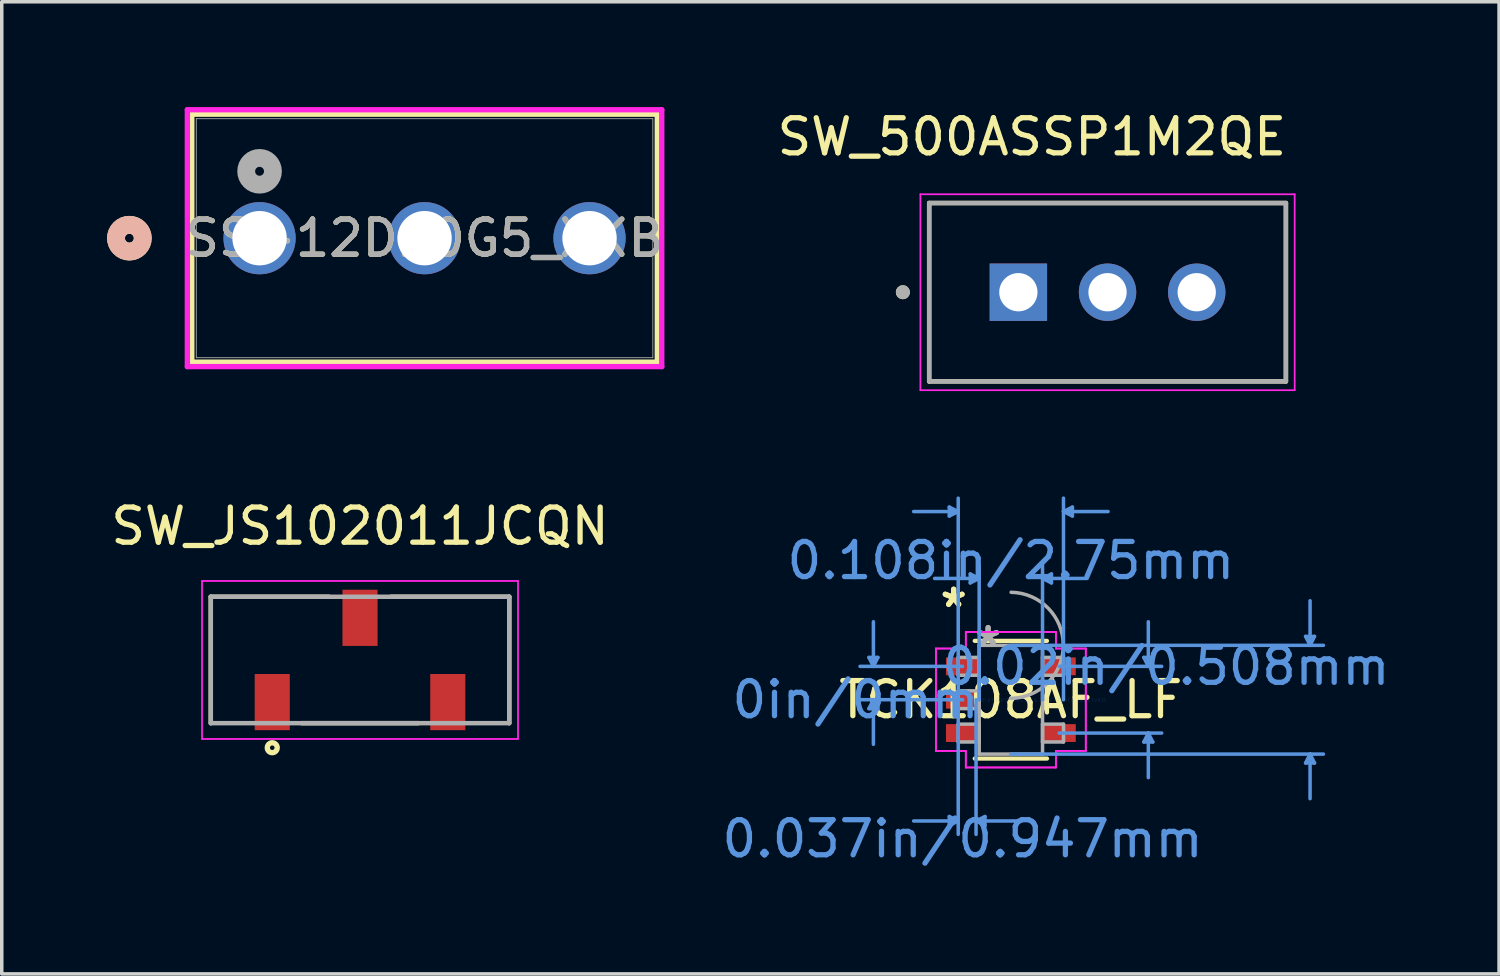
<source format=kicad_pcb>
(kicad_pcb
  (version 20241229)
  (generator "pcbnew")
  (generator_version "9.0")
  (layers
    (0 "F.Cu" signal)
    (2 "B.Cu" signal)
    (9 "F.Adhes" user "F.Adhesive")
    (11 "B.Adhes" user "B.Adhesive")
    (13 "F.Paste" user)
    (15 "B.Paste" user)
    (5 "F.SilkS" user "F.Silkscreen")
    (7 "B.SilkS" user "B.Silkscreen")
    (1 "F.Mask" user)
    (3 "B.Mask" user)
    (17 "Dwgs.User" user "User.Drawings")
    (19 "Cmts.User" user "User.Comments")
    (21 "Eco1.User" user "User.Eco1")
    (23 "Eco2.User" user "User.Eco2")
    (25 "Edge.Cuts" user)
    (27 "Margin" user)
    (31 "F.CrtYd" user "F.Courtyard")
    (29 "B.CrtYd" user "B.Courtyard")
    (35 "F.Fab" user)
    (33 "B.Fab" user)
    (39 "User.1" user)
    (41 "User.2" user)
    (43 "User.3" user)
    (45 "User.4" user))
  (footprint "TCK108AF_LF"
    (layer "F.Cu")
    (at 25.741 16.879)
    (property "Reference" "TCK108AF_LF" (at 0 0 0) (layer "F.SilkS") (effects (font (size 1 1) (thickness 0.15))))
    (attr through_hole)
    (fp_line (start -1.029 1.676) (end 1.029 1.676) (stroke (width 0.12) (type solid)) (layer "F.SilkS"))
    (fp_line (start 1.029 -1.676) (end -1.029 -1.676) (stroke (width 0.12) (type solid)) (layer "F.SilkS"))
    (fp_line (start 1.029 0.363) (end 1.029 -0.363) (stroke (width 0.12) (type solid)) (layer "F.SilkS"))
    (fp_line (start -4.042 -1.204) (end -3.788 -1.204) (stroke (width 0.1) (type solid)) (layer "Cmts.User"))
    (fp_line (start -4.042 0.254) (end -3.788 0.254) (stroke (width 0.1) (type solid)) (layer "Cmts.User"))
    (fp_line (start -3.915 -0.95) (end -4.042 -1.204) (stroke (width 0.1) (type solid)) (layer "Cmts.User"))
    (fp_line (start -3.915 -0.95) (end -3.915 -2.22) (stroke (width 0.1) (type solid)) (layer "Cmts.User"))
    (fp_line (start -3.915 -0.95) (end -3.788 -1.204) (stroke (width 0.1) (type solid)) (layer "Cmts.User"))
    (fp_line (start -3.915 0) (end -4.042 0.254) (stroke (width 0.1) (type solid)) (layer "Cmts.User"))
    (fp_line (start -3.915 0) (end -3.915 1.27) (stroke (width 0.1) (type solid)) (layer "Cmts.User"))
    (fp_line (start -3.915 0) (end -3.788 0.254) (stroke (width 0.1) (type solid)) (layer "Cmts.User"))
    (fp_line (start -1.753 -5.486) (end -1.753 -5.232) (stroke (width 0.1) (type solid)) (layer "Cmts.User"))
    (fp_line (start -1.753 3.327) (end -1.753 3.581) (stroke (width 0.1) (type solid)) (layer "Cmts.User"))
    (fp_line (start -1.499 -5.359) (end -2.769 -5.359) (stroke (width 0.1) (type solid)) (layer "Cmts.User"))
    (fp_line (start -1.499 -5.359) (end -1.753 -5.486) (stroke (width 0.1) (type solid)) (layer "Cmts.User"))
    (fp_line (start -1.499 -5.359) (end -1.753 -5.232) (stroke (width 0.1) (type solid)) (layer "Cmts.User"))
    (fp_line (start -1.499 0) (end -1.499 -5.74) (stroke (width 0.1) (type solid)) (layer "Cmts.User"))
    (fp_line (start -1.499 0) (end -1.499 3.835) (stroke (width 0.1) (type solid)) (layer "Cmts.User"))
    (fp_line (start -1.499 3.454) (end -2.769 3.454) (stroke (width 0.1) (type solid)) (layer "Cmts.User"))
    (fp_line (start -1.499 3.454) (end -1.753 3.327) (stroke (width 0.1) (type solid)) (layer "Cmts.User"))
    (fp_line (start -1.499 3.454) (end -1.753 3.581) (stroke (width 0.1) (type solid)) (layer "Cmts.User"))
    (fp_line (start -1.375 -0.95) (end -4.296 -0.95) (stroke (width 0.1) (type solid)) (layer "Cmts.User"))
    (fp_line (start -1.375 0) (end -4.296 0) (stroke (width 0.1) (type solid)) (layer "Cmts.User"))
    (fp_line (start -1.156 -3.581) (end -1.156 -3.327) (stroke (width 0.1) (type solid)) (layer "Cmts.User"))
    (fp_line (start -0.991 0) (end -0.991 3.835) (stroke (width 0.1) (type solid)) (layer "Cmts.User"))
    (fp_line (start -0.991 3.454) (end -0.737 3.327) (stroke (width 0.1) (type solid)) (layer "Cmts.User"))
    (fp_line (start -0.991 3.454) (end -0.737 3.581) (stroke (width 0.1) (type solid)) (layer "Cmts.User"))
    (fp_line (start -0.991 3.454) (end 0.279 3.454) (stroke (width 0.1) (type solid)) (layer "Cmts.User"))
    (fp_line (start -0.902 -3.454) (end -2.172 -3.454) (stroke (width 0.1) (type solid)) (layer "Cmts.User"))
    (fp_line (start -0.902 -3.454) (end -1.156 -3.581) (stroke (width 0.1) (type solid)) (layer "Cmts.User"))
    (fp_line (start -0.902 -3.454) (end -1.156 -3.327) (stroke (width 0.1) (type solid)) (layer "Cmts.User"))
    (fp_line (start -0.902 0) (end -0.902 -3.835) (stroke (width 0.1) (type solid)) (layer "Cmts.User"))
    (fp_line (start -0.737 3.327) (end -0.737 3.581) (stroke (width 0.1) (type solid)) (layer "Cmts.User"))
    (fp_line (start 0 -1.549) (end 8.903 -1.549) (stroke (width 0.1) (type solid)) (layer "Cmts.User"))
    (fp_line (start 0 1.549) (end 8.903 1.549) (stroke (width 0.1) (type solid)) (layer "Cmts.User"))
    (fp_line (start 0.902 -3.454) (end 1.156 -3.581) (stroke (width 0.1) (type solid)) (layer "Cmts.User"))
    (fp_line (start 0.902 -3.454) (end 1.156 -3.327) (stroke (width 0.1) (type solid)) (layer "Cmts.User"))
    (fp_line (start 0.902 -3.454) (end 2.172 -3.454) (stroke (width 0.1) (type solid)) (layer "Cmts.User"))
    (fp_line (start 0.902 0) (end 0.902 -3.835) (stroke (width 0.1) (type solid)) (layer "Cmts.User"))
    (fp_line (start 1.156 -3.581) (end 1.156 -3.327) (stroke (width 0.1) (type solid)) (layer "Cmts.User"))
    (fp_line (start 1.375 -0.95) (end 4.296 -0.95) (stroke (width 0.1) (type solid)) (layer "Cmts.User"))
    (fp_line (start 1.375 0.95) (end 4.296 0.95) (stroke (width 0.1) (type solid)) (layer "Cmts.User"))
    (fp_line (start 1.499 -5.359) (end 1.753 -5.486) (stroke (width 0.1) (type solid)) (layer "Cmts.User"))
    (fp_line (start 1.499 -5.359) (end 1.753 -5.232) (stroke (width 0.1) (type solid)) (layer "Cmts.User"))
    (fp_line (start 1.499 -5.359) (end 2.769 -5.359) (stroke (width 0.1) (type solid)) (layer "Cmts.User"))
    (fp_line (start 1.499 0) (end 1.499 -5.74) (stroke (width 0.1) (type solid)) (layer "Cmts.User"))
    (fp_line (start 1.753 -5.486) (end 1.753 -5.232) (stroke (width 0.1) (type solid)) (layer "Cmts.User"))
    (fp_line (start 3.788 -1.204) (end 4.042 -1.204) (stroke (width 0.1) (type solid)) (layer "Cmts.User"))
    (fp_line (start 3.788 1.204) (end 4.042 1.204) (stroke (width 0.1) (type solid)) (layer "Cmts.User"))
    (fp_line (start 3.915 -0.95) (end 3.788 -1.204) (stroke (width 0.1) (type solid)) (layer "Cmts.User"))
    (fp_line (start 3.915 -0.95) (end 3.915 -2.22) (stroke (width 0.1) (type solid)) (layer "Cmts.User"))
    (fp_line (start 3.915 -0.95) (end 4.042 -1.204) (stroke (width 0.1) (type solid)) (layer "Cmts.User"))
    (fp_line (start 3.915 0.95) (end 3.788 1.204) (stroke (width 0.1) (type solid)) (layer "Cmts.User"))
    (fp_line (start 3.915 0.95) (end 3.915 2.22) (stroke (width 0.1) (type solid)) (layer "Cmts.User"))
    (fp_line (start 3.915 0.95) (end 4.042 1.204) (stroke (width 0.1) (type solid)) (layer "Cmts.User"))
    (fp_line (start 8.395 -1.803) (end 8.649 -1.803) (stroke (width 0.1) (type solid)) (layer "Cmts.User"))
    (fp_line (start 8.395 1.803) (end 8.649 1.803) (stroke (width 0.1) (type solid)) (layer "Cmts.User"))
    (fp_line (start 8.522 -1.549) (end 8.395 -1.803) (stroke (width 0.1) (type solid)) (layer "Cmts.User"))
    (fp_line (start 8.522 -1.549) (end 8.522 -2.819) (stroke (width 0.1) (type solid)) (layer "Cmts.User"))
    (fp_line (start 8.522 -1.549) (end 8.649 -1.803) (stroke (width 0.1) (type solid)) (layer "Cmts.User"))
    (fp_line (start 8.522 1.549) (end 8.395 1.803) (stroke (width 0.1) (type solid)) (layer "Cmts.User"))
    (fp_line (start 8.522 1.549) (end 8.522 2.819) (stroke (width 0.1) (type solid)) (layer "Cmts.User"))
    (fp_line (start 8.522 1.549) (end 8.649 1.803) (stroke (width 0.1) (type solid)) (layer "Cmts.User"))
    (fp_line (start -2.134 -1.458) (end -1.283 -1.458) (stroke (width 0.05) (type solid)) (layer "F.CrtYd"))
    (fp_line (start -2.134 -1.458) (end -1.283 -1.458) (stroke (width 0.05) (type solid)) (layer "F.CrtYd"))
    (fp_line (start -2.134 1.458) (end -2.134 -1.458) (stroke (width 0.05) (type solid)) (layer "F.CrtYd"))
    (fp_line (start -2.134 1.458) (end -2.134 -1.458) (stroke (width 0.05) (type solid)) (layer "F.CrtYd"))
    (fp_line (start -1.283 -1.93) (end 1.283 -1.93) (stroke (width 0.05) (type solid)) (layer "F.CrtYd"))
    (fp_line (start -1.283 -1.93) (end 1.283 -1.93) (stroke (width 0.05) (type solid)) (layer "F.CrtYd"))
    (fp_line (start -1.283 -1.458) (end -1.283 -1.93) (stroke (width 0.05) (type solid)) (layer "F.CrtYd"))
    (fp_line (start -1.283 -1.458) (end -1.283 -1.93) (stroke (width 0.05) (type solid)) (layer "F.CrtYd"))
    (fp_line (start -1.283 1.458) (end -2.134 1.458) (stroke (width 0.05) (type solid)) (layer "F.CrtYd"))
    (fp_line (start -1.283 1.458) (end -2.134 1.458) (stroke (width 0.05) (type solid)) (layer "F.CrtYd"))
    (fp_line (start -1.283 1.93) (end -1.283 1.458) (stroke (width 0.05) (type solid)) (layer "F.CrtYd"))
    (fp_line (start -1.283 1.93) (end -1.283 1.458) (stroke (width 0.05) (type solid)) (layer "F.CrtYd"))
    (fp_line (start 1.283 -1.93) (end 1.283 -1.458) (stroke (width 0.05) (type solid)) (layer "F.CrtYd"))
    (fp_line (start 1.283 -1.93) (end 1.283 -1.458) (stroke (width 0.05) (type solid)) (layer "F.CrtYd"))
    (fp_line (start 1.283 -1.458) (end 2.134 -1.458) (stroke (width 0.05) (type solid)) (layer "F.CrtYd"))
    (fp_line (start 1.283 -1.458) (end 2.134 -1.458) (stroke (width 0.05) (type solid)) (layer "F.CrtYd"))
    (fp_line (start 1.283 1.458) (end 1.283 1.93) (stroke (width 0.05) (type solid)) (layer "F.CrtYd"))
    (fp_line (start 1.283 1.458) (end 1.283 1.93) (stroke (width 0.05) (type solid)) (layer "F.CrtYd"))
    (fp_line (start 1.283 1.93) (end -1.283 1.93) (stroke (width 0.05) (type solid)) (layer "F.CrtYd"))
    (fp_line (start 1.283 1.93) (end -1.283 1.93) (stroke (width 0.05) (type solid)) (layer "F.CrtYd"))
    (fp_line (start 2.134 -1.458) (end 2.134 1.458) (stroke (width 0.05) (type solid)) (layer "F.CrtYd"))
    (fp_line (start 2.134 -1.458) (end 2.134 1.458) (stroke (width 0.05) (type solid)) (layer "F.CrtYd"))
    (fp_line (start 2.134 1.458) (end 1.283 1.458) (stroke (width 0.05) (type solid)) (layer "F.CrtYd"))
    (fp_line (start 2.134 1.458) (end 1.283 1.458) (stroke (width 0.05) (type solid)) (layer "F.CrtYd"))
    (fp_line (start -1.499 -1.204) (end -1.499 -0.696) (stroke (width 0.1) (type solid)) (layer "F.Fab"))
    (fp_line (start -1.499 -0.696) (end -0.902 -0.696) (stroke (width 0.1) (type solid)) (layer "F.Fab"))
    (fp_line (start -1.499 -0.254) (end -1.499 0.254) (stroke (width 0.1) (type solid)) (layer "F.Fab"))
    (fp_line (start -1.499 0.254) (end -0.902 0.254) (stroke (width 0.1) (type solid)) (layer "F.Fab"))
    (fp_line (start -1.499 0.696) (end -1.499 1.204) (stroke (width 0.1) (type solid)) (layer "F.Fab"))
    (fp_line (start -1.499 1.204) (end -0.902 1.204) (stroke (width 0.1) (type solid)) (layer "F.Fab"))
    (fp_line (start -0.902 -1.549) (end -0.902 1.549) (stroke (width 0.1) (type solid)) (layer "F.Fab"))
    (fp_line (start -0.902 -1.204) (end -1.499 -1.204) (stroke (width 0.1) (type solid)) (layer "F.Fab"))
    (fp_line (start -0.902 -0.696) (end -0.902 -1.204) (stroke (width 0.1) (type solid)) (layer "F.Fab"))
    (fp_line (start -0.902 -0.254) (end -1.499 -0.254) (stroke (width 0.1) (type solid)) (layer "F.Fab"))
    (fp_line (start -0.902 0.254) (end -0.902 -0.254) (stroke (width 0.1) (type solid)) (layer "F.Fab"))
    (fp_line (start -0.902 0.696) (end -1.499 0.696) (stroke (width 0.1) (type solid)) (layer "F.Fab"))
    (fp_line (start -0.902 1.204) (end -0.902 0.696) (stroke (width 0.1) (type solid)) (layer "F.Fab"))
    (fp_line (start -0.902 1.549) (end 0.902 1.549) (stroke (width 0.1) (type solid)) (layer "F.Fab"))
    (fp_line (start 0.902 -1.549) (end -0.902 -1.549) (stroke (width 0.1) (type solid)) (layer "F.Fab"))
    (fp_line (start 0.902 -1.204) (end 0.902 -0.696) (stroke (width 0.1) (type solid)) (layer "F.Fab"))
    (fp_line (start 0.902 -0.696) (end 1.499 -0.696) (stroke (width 0.1) (type solid)) (layer "F.Fab"))
    (fp_line (start 0.902 0.696) (end 0.902 1.204) (stroke (width 0.1) (type solid)) (layer "F.Fab"))
    (fp_line (start 0.902 1.204) (end 1.499 1.204) (stroke (width 0.1) (type solid)) (layer "F.Fab"))
    (fp_line (start 0.902 1.549) (end 0.902 -1.549) (stroke (width 0.1) (type solid)) (layer "F.Fab"))
    (fp_line (start 1.499 -1.204) (end 0.902 -1.204) (stroke (width 0.1) (type solid)) (layer "F.Fab"))
    (fp_line (start 1.499 -0.696) (end 1.499 -1.204) (stroke (width 0.1) (type solid)) (layer "F.Fab"))
    (fp_line (start 1.499 0.696) (end 0.902 0.696) (stroke (width 0.1) (type solid)) (layer "F.Fab"))
    (fp_line (start 1.499 1.204) (end 1.499 0.696) (stroke (width 0.1) (type solid)) (layer "F.Fab"))
    (fp_arc (start 0.007742 -3.059445) (mid 1.510045 -1.541658) (end -0.007742 -0.039355) (stroke (width 0.1) (type solid)) (layer "F.Fab"))
    (fp_text user "*" (at -1.629 -2.601 0) (layer "F.SilkS") (effects (font (size 1 1) (thickness 0.15))))
    (fp_text user "*" (at -1.629 -2.601 0) (layer "F.SilkS") (effects (font (size 1 1) (thickness 0.15))))
    (fp_text user "0.108in/2.75mm" (at 0 -3.962 0) (layer "Cmts.User") (effects (font (size 1 1) (thickness 0.15))))
    (fp_text user "0.037in/0.947mm" (at -1.375 3.962 0) (layer "Cmts.User") (effects (font (size 1 1) (thickness 0.15))))
    (fp_text user "0.02in/0.508mm" (at 4.423 -0.95 0) (layer "Cmts.User") (effects (font (size 1 1) (thickness 0.15))))
    (fp_text user "Copyright 2021 Accelerated Designs. All rights reserved." (at 0 0 0) (layer "Cmts.User") (effects (font (size 0.127 0.127) (thickness 0.002))))
    (fp_text user "0in/0mm" (at -4.423 0 0) (layer "Cmts.User") (effects (font (size 1 1) (thickness 0.15))))
    (fp_text user "*" (at -0.648 -1.509 0) (layer "F.Fab") (effects (font (size 1 1) (thickness 0.15))))
    (fp_text user "*" (at -0.648 -1.509 0) (layer "F.Fab") (effects (font (size 1 1) (thickness 0.15))))
    (pad "1" smd rect (at -1.375 -0.95) (size 0.947 0.508) (layers "F.Cu" "F.Mask" "F.Paste"))
    (pad "2" smd rect (at -1.375 0) (size 0.947 0.508) (layers "F.Cu" "F.Mask" "F.Paste"))
    (pad "3" smd rect (at -1.375 0.95) (size 0.947 0.508) (layers "F.Cu" "F.Mask" "F.Paste"))
    (pad "4" smd rect (at 1.375 0.95) (size 0.947 0.508) (layers "F.Cu" "F.Mask" "F.Paste"))
    (pad "5" smd rect (at 1.375 -0.95) (size 0.947 0.508) (layers "F.Cu" "F.Mask" "F.Paste")))
  (footprint "SS-12D10G5_XKB"
    (layer "F.Cu")
    (at 4.343 3.734)
    (property "Reference" "SS-12D10G5_XKB" (at 4.699 0 0) (unlocked yes) (layer "F.SilkS") (effects (font (size 1 1) (thickness 0.15))))
    (attr through_hole)
    (fp_line (start -1.93 -3.531) (end -1.93 3.531) (stroke (width 0.152) (type solid)) (layer "F.SilkS"))
    (fp_line (start -1.93 3.531) (end 11.328 3.531) (stroke (width 0.152) (type solid)) (layer "F.SilkS"))
    (fp_line (start 11.328 -3.531) (end -1.93 -3.531) (stroke (width 0.152) (type solid)) (layer "F.SilkS"))
    (fp_line (start 11.328 3.531) (end 11.328 -3.531) (stroke (width 0.152) (type solid)) (layer "F.SilkS"))
    (fp_circle (center -3.708 0) (end -3.327 0) (stroke (width 0.508) (type solid)) (fill no) (layer "F.SilkS"))
    (fp_circle (center -3.708 0) (end -3.327 0) (stroke (width 0.508) (type solid)) (fill no) (layer "B.SilkS"))
    (fp_line (start -2.057 -3.658) (end -2.057 3.658) (stroke (width 0.152) (type solid)) (layer "F.CrtYd"))
    (fp_line (start -2.057 3.658) (end 11.455 3.658) (stroke (width 0.152) (type solid)) (layer "F.CrtYd"))
    (fp_line (start 11.455 -3.658) (end -2.057 -3.658) (stroke (width 0.152) (type solid)) (layer "F.CrtYd"))
    (fp_line (start 11.455 3.658) (end 11.455 -3.658) (stroke (width 0.152) (type solid)) (layer "F.CrtYd"))
    (fp_line (start -1.803 -3.404) (end -1.803 3.404) (stroke (width 0.025) (type solid)) (layer "F.Fab"))
    (fp_line (start -1.803 3.404) (end 11.201 3.404) (stroke (width 0.025) (type solid)) (layer "F.Fab"))
    (fp_line (start 11.201 -3.404) (end -1.803 -3.404) (stroke (width 0.025) (type solid)) (layer "F.Fab"))
    (fp_line (start 11.201 3.404) (end 11.201 -3.404) (stroke (width 0.025) (type solid)) (layer "F.Fab"))
    (fp_circle (center 0 -1.905) (end 0.381 -1.905) (stroke (width 0.508) (type solid)) (fill no) (layer "F.Fab"))
    (fp_text user "${REFERENCE}" (at 4.699 0 0) (unlocked yes) (layer "F.Fab") (effects (font (size 1 1) (thickness 0.15))))
    (pad "1" thru_hole circle (at 0 0) (size 2.057 2.057) (drill 1.549) (layers "*.Cu" "*.Mask"))
    (pad "2" thru_hole circle (at 4.699 0) (size 2.057 2.057) (drill 1.549) (layers "*.Cu" "*.Mask"))
    (pad "3" thru_hole circle (at 9.398 0) (size 2.057 2.057) (drill 1.549) (layers "*.Cu" "*.Mask")))
  (footprint "SW_500ASSP1M2QE"
    (layer "F.Cu")
    (at 28.495 5.273)
    (property "Reference" "SW_500ASSP1M2QE" (at -2.155 -4.425 0) (layer "F.SilkS") (effects (font (size 1 1) (thickness 0.15))))
    (attr through_hole)
    (fp_line (start -5.08 -2.54) (end 5.08 -2.54) (stroke (width 0.127) (type solid)) (layer "F.SilkS"))
    (fp_line (start -5.08 2.54) (end -5.08 -2.54) (stroke (width 0.127) (type solid)) (layer "F.SilkS"))
    (fp_line (start 5.08 2.54) (end -5.08 2.54) (stroke (width 0.127) (type solid)) (layer "F.SilkS"))
    (fp_line (start 5.08 2.54) (end 5.08 -2.54) (stroke (width 0.127) (type solid)) (layer "F.SilkS"))
    (fp_circle (center -5.83 0) (end -5.73 0) (stroke (width 0.2) (type solid)) (fill no) (layer "F.SilkS"))
    (fp_line (start -5.33 -2.79) (end -5.33 2.79) (stroke (width 0.05) (type solid)) (layer "F.CrtYd"))
    (fp_line (start -5.33 2.79) (end 5.33 2.79) (stroke (width 0.05) (type solid)) (layer "F.CrtYd"))
    (fp_line (start 5.33 -2.79) (end -5.33 -2.79) (stroke (width 0.05) (type solid)) (layer "F.CrtYd"))
    (fp_line (start 5.33 2.79) (end 5.33 -2.79) (stroke (width 0.05) (type solid)) (layer "F.CrtYd"))
    (fp_line (start -5.08 -2.54) (end 5.08 -2.54) (stroke (width 0.127) (type solid)) (layer "F.Fab"))
    (fp_line (start -5.08 2.54) (end -5.08 -2.54) (stroke (width 0.127) (type solid)) (layer "F.Fab"))
    (fp_line (start 5.08 -2.54) (end 5.08 2.54) (stroke (width 0.127) (type solid)) (layer "F.Fab"))
    (fp_line (start 5.08 2.54) (end -5.08 2.54) (stroke (width 0.127) (type solid)) (layer "F.Fab"))
    (fp_circle (center -5.83 0) (end -5.73 0) (stroke (width 0.2) (type solid)) (fill no) (layer "F.Fab"))
    (pad "1" thru_hole rect (at -2.54 0) (size 1.635 1.635) (drill 1.09) (layers "*.Cu" "*.Mask"))
    (pad "2" thru_hole circle (at 0 0) (size 1.635 1.635) (drill 1.09) (layers "*.Cu" "*.Mask"))
    (pad "3" thru_hole circle (at 2.54 0) (size 1.635 1.635) (drill 1.09) (layers "*.Cu" "*.Mask")))
  (footprint "SW_JS102011JCQN"
    (layer "F.Cu")
    (at 7.204 15.747)
    (property "Reference" "SW_JS102011JCQN" (at 0 -3.81 0) (layer "F.SilkS") (effects (font (size 1.001 1.001) (thickness 0.15))))
    (attr through_hole)
    (fp_line (start -4.25 -1.8) (end -0.88 -1.8) (stroke (width 0.127) (type solid)) (layer "F.SilkS"))
    (fp_line (start -4.25 1.8) (end -4.25 -1.8) (stroke (width 0.127) (type solid)) (layer "F.SilkS"))
    (fp_line (start 0.88 -1.8) (end 4.25 -1.8) (stroke (width 0.127) (type solid)) (layer "F.SilkS"))
    (fp_line (start 1.66 1.8) (end -1.66 1.8) (stroke (width 0.127) (type solid)) (layer "F.SilkS"))
    (fp_line (start 4.25 -1.8) (end 4.25 1.8) (stroke (width 0.127) (type solid)) (layer "F.SilkS"))
    (fp_circle (center -2.5 2.5) (end -2.359 2.5) (stroke (width 0.152) (type solid)) (fill no) (layer "F.SilkS"))
    (fp_line (start -4.5 -2.25) (end 4.5 -2.25) (stroke (width 0.05) (type solid)) (layer "F.CrtYd"))
    (fp_line (start -4.5 2.25) (end -4.5 -2.25) (stroke (width 0.05) (type solid)) (layer "F.CrtYd"))
    (fp_line (start 4.5 -2.25) (end 4.5 2.25) (stroke (width 0.05) (type solid)) (layer "F.CrtYd"))
    (fp_line (start 4.5 2.25) (end -4.5 2.25) (stroke (width 0.05) (type solid)) (layer "F.CrtYd"))
    (fp_line (start -4.25 -1.8) (end 4.25 -1.8) (stroke (width 0.127) (type solid)) (layer "F.Fab"))
    (fp_line (start -4.25 1.8) (end -4.25 -1.8) (stroke (width 0.127) (type solid)) (layer "F.Fab"))
    (fp_line (start 4.25 -1.8) (end 4.25 1.8) (stroke (width 0.127) (type solid)) (layer "F.Fab"))
    (fp_line (start 4.25 1.8) (end -4.25 1.8) (stroke (width 0.127) (type solid)) (layer "F.Fab"))
    (pad "1" smd rect (at -2.5 1.2) (size 1 1.6) (layers "F.Cu" "F.Mask" "F.Paste"))
    (pad "2" smd rect (at 0 -1.2) (size 1 1.6) (layers "F.Cu" "F.Mask" "F.Paste"))
    (pad "3" smd rect (at 2.5 1.2) (size 1 1.6) (layers "F.Cu" "F.Mask" "F.Paste")))
  (gr_rect
    (start -3 -3)
    (end 39.646 24.689)
    (stroke (width 0.1) (type default))
    (fill no)
    (layer "Edge.Cuts")))
</source>
